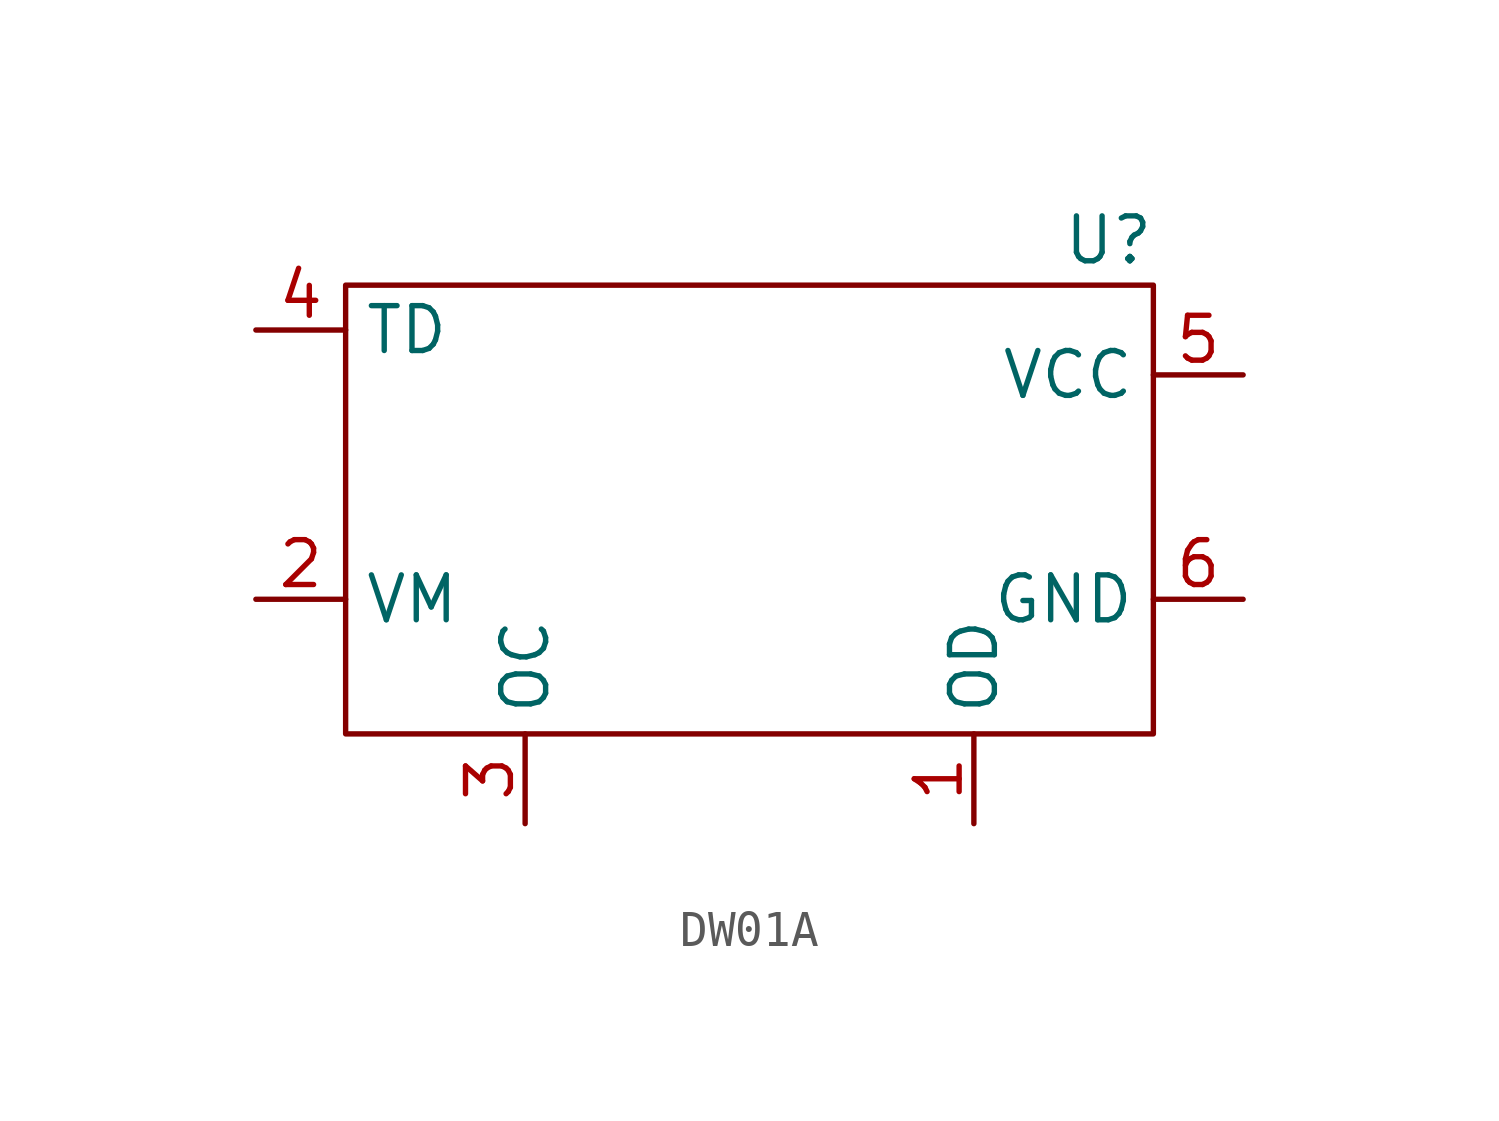
<source format=kicad_sym>
(kicad_symbol_lib
  (version 20220914)
  (generator kicad_symbol_editor)
  (symbol "DW01A"
    (property "Reference" "U"
      (at 10.16 7.62 0)
      (effects (font (size 1.27 1.27))))
    (property "Value" ""
      (at -7.62 3.81 0)
      (effects (font (size 1.27 1.27))))
    (symbol "DW01A_0_1"
      (rectangle (start -11.43 6.35) (end 11.43 -6.35) (stroke (width 0) (type default)) (fill (type none))))
    (symbol "DW01A_1_1"
      (pin input line (at 6.35 -8.89 90) (length 2.54) (name "OD" (effects (font (size 1.27 1.27)))) (number "1" (effects (font (size 1.27 1.27)))))
      (pin input line (at -13.97 -2.54 0) (length 2.54) (name "VM" (effects (font (size 1.27 1.27)))) (number "2" (effects (font (size 1.27 1.27)))))
      (pin input line (at -6.35 -8.89 90) (length 2.54) (name "OC" (effects (font (size 1.27 1.27)))) (number "3" (effects (font (size 1.27 1.27)))))
      (pin input line (at -13.97 5.08 0) (length 2.54) (name "TD" (effects (font (size 1.27 1.27)))) (number "4" (effects (font (size 1.27 1.27)))))
      (pin input line (at 13.97 3.81 180) (length 2.54) (name "VCC" (effects (font (size 1.27 1.27)))) (number "5" (effects (font (size 1.27 1.27)))))
      (pin input line (at 13.97 -2.54 180) (length 2.54) (name "GND" (effects (font (size 1.27 1.27)))) (number "6" (effects (font (size 1.27 1.27))))))))
</source>
